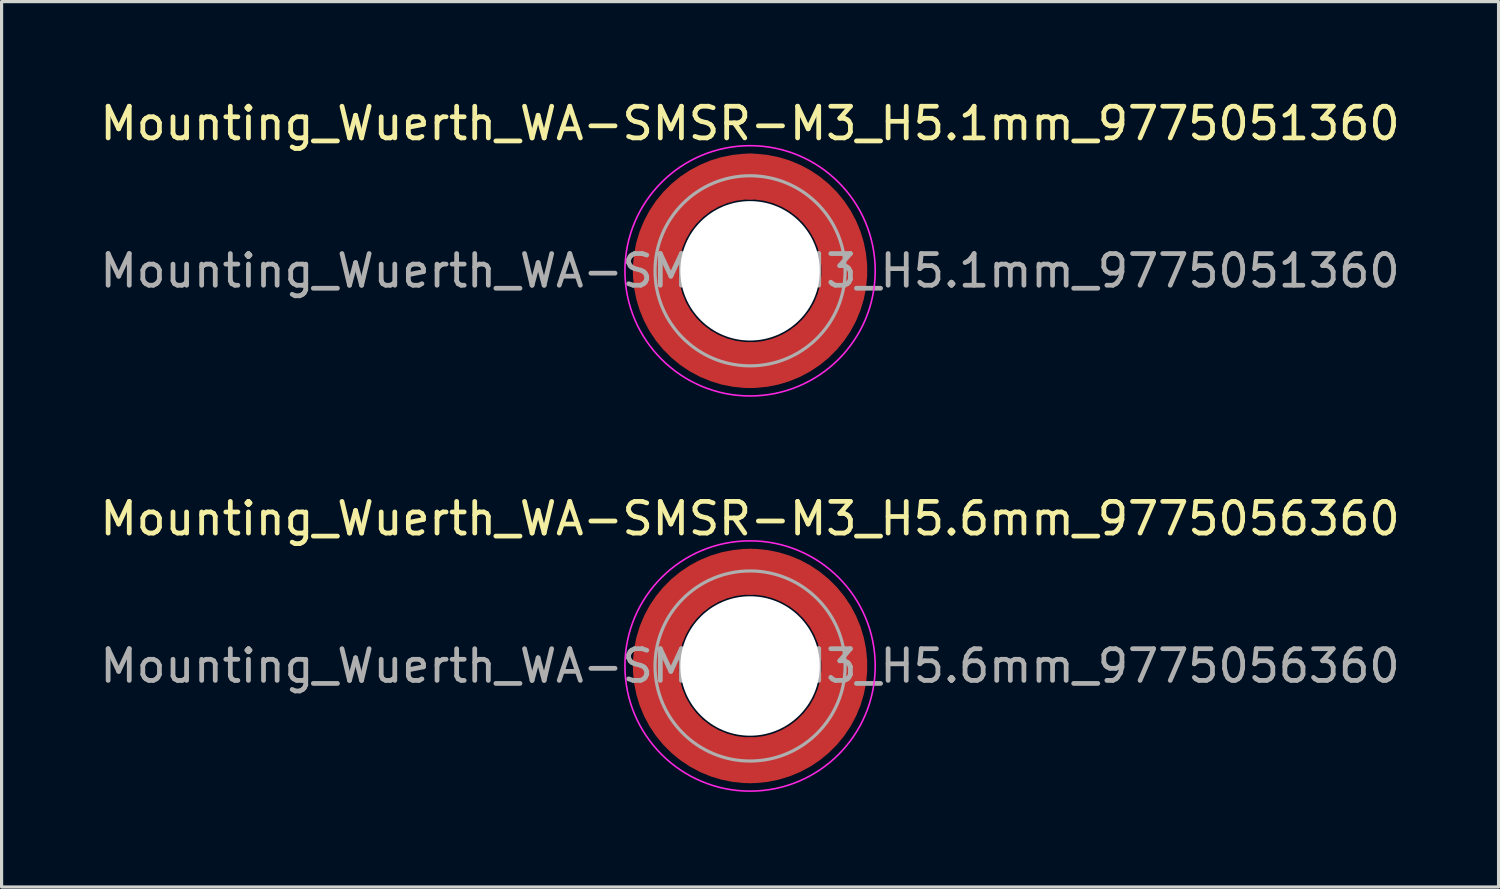
<source format=kicad_pcb>
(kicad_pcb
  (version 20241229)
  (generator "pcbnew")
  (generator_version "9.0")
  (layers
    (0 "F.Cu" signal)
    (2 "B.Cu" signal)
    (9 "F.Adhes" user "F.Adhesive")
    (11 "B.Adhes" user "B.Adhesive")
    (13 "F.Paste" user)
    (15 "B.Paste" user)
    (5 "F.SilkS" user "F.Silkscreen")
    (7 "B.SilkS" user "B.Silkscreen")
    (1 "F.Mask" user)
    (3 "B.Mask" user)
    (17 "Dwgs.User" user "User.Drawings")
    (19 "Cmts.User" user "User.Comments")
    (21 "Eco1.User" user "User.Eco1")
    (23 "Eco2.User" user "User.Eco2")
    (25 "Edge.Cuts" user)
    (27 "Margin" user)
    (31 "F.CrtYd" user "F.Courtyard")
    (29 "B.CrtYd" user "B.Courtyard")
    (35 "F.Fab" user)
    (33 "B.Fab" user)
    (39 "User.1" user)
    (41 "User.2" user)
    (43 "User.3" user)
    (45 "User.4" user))
  (footprint "Mounting_Wuerth_WA-SMSR-M3_H5.6mm_9775056360"
    (layer "F.Cu")
    (at 20.625 17.971)
    (property "Reference" "Mounting_Wuerth_WA-SMSR-M3_H5.6mm_9775056360" (at 0 -4.65 0) (layer "F.SilkS") (effects (font (size 1 1) (thickness 0.15))))
    (attr smd)
    (fp_circle (center 0 0) (end 3.95 0) (stroke (width 0.05) (type solid)) (fill no) (layer "F.CrtYd"))
    (fp_circle (center 0 0) (end 3 0) (stroke (width 0.1) (type solid)) (fill no) (layer "F.Fab"))
    (fp_text user "${REFERENCE}" (at 0 0 0) (layer "F.Fab") (effects (font (size 1 1) (thickness 0.15))))
    (pad "" smd custom (at -2.095 -2.095) (size 1.345 1.345) (layers "F.Paste") (options (anchor circle)) (primitives (gr_arc (start -0.426133 1.358554) (mid 0.237765 0.237765) (end 1.358554 -0.426133) (width 0.6725)) (gr_arc (start -0.774751 1.358554) (mid 0 0) (end 1.358554 -0.774751) (width 0.6725)) (gr_arc (start -1.120735 1.358554) (mid -0.237765 -0.237765) (end 1.358554 -1.120735) (width 0.6725)) (gr_arc (start -1.120735 1.358554) (mid -0.237765 -0.237765) (end 1.358554 -1.120735) (width 0.6725)) (gr_line (start 1.359 -0.426) (end 1.359 -1.121) (width 0.672)) (gr_line (start -0.426 1.359) (end -1.121 1.359) (width 0.672))))
    (pad "" smd custom (at -2.095 2.095) (size 1.345 1.345) (layers "F.Paste") (options (anchor circle)) (primitives (gr_arc (start 1.358554 0.426133) (mid 0.237765 -0.237765) (end -0.426133 -1.358554) (width 0.6725)) (gr_arc (start 1.358554 0.774751) (mid 0 0) (end -0.774751 -1.358554) (width 0.6725)) (gr_arc (start 1.358554 1.120735) (mid -0.237765 0.237765) (end -1.120735 -1.358554) (width 0.6725)) (gr_arc (start 1.358554 1.120735) (mid -0.237765 0.237765) (end -1.120735 -1.358554) (width 0.6725)) (gr_line (start -0.426 -1.359) (end -1.121 -1.359) (width 0.672)) (gr_line (start 1.359 0.426) (end 1.359 1.121) (width 0.672))))
    (pad "" np_thru_hole circle (at 0 0) (size 4.4 4.4) (drill 4.4) (layers "*.Cu" "*.Mask"))
    (pad "" smd custom (at 2.095 -2.095) (size 1.345 1.345) (layers "F.Paste") (options (anchor circle)) (primitives (gr_arc (start -1.358554 -0.426133) (mid -0.237765 0.237765) (end 0.426133 1.358554) (width 0.6725)) (gr_arc (start -1.358554 -0.774751) (mid 0 0) (end 0.774751 1.358554) (width 0.6725)) (gr_arc (start -1.358554 -1.120735) (mid 0.237765 -0.237765) (end 1.120735 1.358554) (width 0.6725)) (gr_arc (start -1.358554 -1.120735) (mid 0.237765 -0.237765) (end 1.120735 1.358554) (width 0.6725)) (gr_line (start 0.426 1.359) (end 1.121 1.359) (width 0.672)) (gr_line (start -1.359 -0.426) (end -1.359 -1.121) (width 0.672))))
    (pad "" smd custom (at 2.095 2.095) (size 1.345 1.345) (layers "F.Paste") (options (anchor circle)) (primitives (gr_arc (start 0.426133 -1.358554) (mid -0.237765 -0.237765) (end -1.358554 0.426133) (width 0.6725)) (gr_arc (start 0.774751 -1.358554) (mid 0 0) (end -1.358554 0.774751) (width 0.6725)) (gr_arc (start 1.120735 -1.358554) (mid 0.237765 0.237765) (end -1.358554 1.120735) (width 0.6725)) (gr_arc (start 1.120735 -1.358554) (mid 0.237765 0.237765) (end -1.358554 1.120735) (width 0.6725)) (gr_line (start -1.359 0.426) (end -1.359 1.121) (width 0.672)) (gr_line (start 0.426 -1.359) (end 1.121 -1.359) (width 0.672))))
    (pad "1" smd circle (at -2.975 0) (size 1.45 1.45) (layers "F.Cu"))
    (pad "1" smd circle (at 0 -2.975) (size 1.45 1.45) (layers "F.Cu"))
    (pad "1" smd circle (at 0 2.975) (size 1.45 1.45) (layers "F.Cu"))
    (pad "1" smd custom (at 2.975 0) (size 1.45 1.45) (layers "F.Cu" "F.Mask") (options (anchor circle)) (primitives (gr_circle (center -2.975 0) (end 0 0) (width 1.45) (fill no)))))
  (footprint "Mounting_Wuerth_WA-SMSR-M3_H5.1mm_9775051360"
    (layer "F.Cu")
    (at 20.625 5.498)
    (property "Reference" "Mounting_Wuerth_WA-SMSR-M3_H5.1mm_9775051360" (at 0 -4.65 0) (layer "F.SilkS") (effects (font (size 1 1) (thickness 0.15))))
    (attr smd)
    (fp_circle (center 0 0) (end 3.95 0) (stroke (width 0.05) (type solid)) (fill no) (layer "F.CrtYd"))
    (fp_circle (center 0 0) (end 3 0) (stroke (width 0.1) (type solid)) (fill no) (layer "F.Fab"))
    (fp_text user "${REFERENCE}" (at 0 0 0) (layer "F.Fab") (effects (font (size 1 1) (thickness 0.15))))
    (pad "" smd custom (at -2.095 -2.095) (size 1.345 1.345) (layers "F.Paste") (options (anchor circle)) (primitives (gr_arc (start -0.24231 1.594804) (mid 0.404819 0.404819) (end 1.594804 -0.24231) (width 0.2)) (gr_arc (start -0.3398 1.594804) (mid 0.337349 0.337349) (end 1.594804 -0.3398) (width 0.2)) (gr_arc (start -0.437132 1.594804) (mid 0.269879 0.269879) (end 1.594804 -0.437132) (width 0.2)) (gr_arc (start -0.534324 1.594804) (mid 0.202409 0.202409) (end 1.594804 -0.534324) (width 0.2)) (gr_arc (start -0.631391 1.594804) (mid 0.134939 0.134939) (end 1.594804 -0.631391) (width 0.2)) (gr_arc (start -0.728345 1.594804) (mid 0.06747 0.06747) (end 1.594804 -0.728345) (width 0.2)) (gr_arc (start -0.825197 1.594804) (mid 0 0) (end 1.594804 -0.825197) (width 0.2)) (gr_arc (start -0.921958 1.594804) (mid -0.067469 -0.067469) (end 1.594804 -0.921958) (width 0.2)) (gr_arc (start -1.018637 1.594804) (mid -0.13494 -0.13494) (end 1.594804 -1.018637) (width 0.2)) (gr_arc (start -1.115239 1.594804) (mid -0.202409 -0.202409) (end 1.594804 -1.115239) (width 0.2)) (gr_arc (start -1.211773 1.594804) (mid -0.269879 -0.269879) (end 1.594804 -1.211773) (width 0.2)) (gr_arc (start -1.308244 1.594804) (mid -0.337349 -0.337349) (end 1.594804 -1.308244) (width 0.2)) (gr_arc (start -1.404657 1.594804) (mid -0.404819 -0.404819) (end 1.594804 -1.404657) (width 0.2)) (gr_arc (start -1.404657 1.594804) (mid -0.404819 -0.404819) (end 1.594804 -1.404657) (width 0.2)) (gr_line (start 1.595 -0.242) (end 1.595 -1.405) (width 0.2)) (gr_line (start -0.242 1.595) (end -1.405 1.595) (width 0.2))))
    (pad "" smd custom (at -2.095 2.095) (size 1.345 1.345) (layers "F.Paste") (options (anchor circle)) (primitives (gr_arc (start 1.594804 0.24231) (mid 0.404819 -0.404819) (end -0.24231 -1.594804) (width 0.2)) (gr_arc (start 1.594804 0.3398) (mid 0.337349 -0.337349) (end -0.3398 -1.594804) (width 0.2)) (gr_arc (start 1.594804 0.437132) (mid 0.269879 -0.269879) (end -0.437132 -1.594804) (width 0.2)) (gr_arc (start 1.594804 0.534324) (mid 0.202409 -0.202409) (end -0.534324 -1.594804) (width 0.2)) (gr_arc (start 1.594804 0.631391) (mid 0.134939 -0.134939) (end -0.631391 -1.594804) (width 0.2)) (gr_arc (start 1.594804 0.728345) (mid 0.06747 -0.06747) (end -0.728345 -1.594804) (width 0.2)) (gr_arc (start 1.594804 0.825197) (mid 0 0) (end -0.825197 -1.594804) (width 0.2)) (gr_arc (start 1.594804 0.921958) (mid -0.067469 0.067469) (end -0.921958 -1.594804) (width 0.2)) (gr_arc (start 1.594804 1.018637) (mid -0.13494 0.13494) (end -1.018637 -1.594804) (width 0.2)) (gr_arc (start 1.594804 1.115239) (mid -0.202409 0.202409) (end -1.115239 -1.594804) (width 0.2)) (gr_arc (start 1.594804 1.211773) (mid -0.269879 0.269879) (end -1.211773 -1.594804) (width 0.2)) (gr_arc (start 1.594804 1.308244) (mid -0.337349 0.337349) (end -1.308244 -1.594804) (width 0.2)) (gr_arc (start 1.594804 1.404657) (mid -0.404819 0.404819) (end -1.404657 -1.594804) (width 0.2)) (gr_arc (start 1.594804 1.404657) (mid -0.404819 0.404819) (end -1.404657 -1.594804) (width 0.2)) (gr_line (start -0.242 -1.595) (end -1.405 -1.595) (width 0.2)) (gr_line (start 1.595 0.242) (end 1.595 1.405) (width 0.2))))
    (pad "" np_thru_hole circle (at 0 0) (size 4.4 4.4) (drill 4.4) (layers "*.Cu" "*.Mask"))
    (pad "" smd custom (at 2.095 -2.095) (size 1.345 1.345) (layers "F.Paste") (options (anchor circle)) (primitives (gr_arc (start -1.594804 -0.24231) (mid -0.404819 0.404819) (end 0.24231 1.594804) (width 0.2)) (gr_arc (start -1.594804 -0.3398) (mid -0.337349 0.337349) (end 0.3398 1.594804) (width 0.2)) (gr_arc (start -1.594804 -0.437132) (mid -0.269879 0.269879) (end 0.437132 1.594804) (width 0.2)) (gr_arc (start -1.594804 -0.534324) (mid -0.202409 0.202409) (end 0.534324 1.594804) (width 0.2)) (gr_arc (start -1.594804 -0.631391) (mid -0.134939 0.134939) (end 0.631391 1.594804) (width 0.2)) (gr_arc (start -1.594804 -0.728345) (mid -0.06747 0.06747) (end 0.728345 1.594804) (width 0.2)) (gr_arc (start -1.594804 -0.825197) (mid 0 0) (end 0.825197 1.594804) (width 0.2)) (gr_arc (start -1.594804 -0.921958) (mid 0.067469 -0.067469) (end 0.921958 1.594804) (width 0.2)) (gr_arc (start -1.594804 -1.018637) (mid 0.13494 -0.13494) (end 1.018637 1.594804) (width 0.2)) (gr_arc (start -1.594804 -1.115239) (mid 0.202409 -0.202409) (end 1.115239 1.594804) (width 0.2)) (gr_arc (start -1.594804 -1.211773) (mid 0.269879 -0.269879) (end 1.211773 1.594804) (width 0.2)) (gr_arc (start -1.594804 -1.308244) (mid 0.337349 -0.337349) (end 1.308244 1.594804) (width 0.2)) (gr_arc (start -1.594804 -1.404657) (mid 0.404819 -0.404819) (end 1.404657 1.594804) (width 0.2)) (gr_arc (start -1.594804 -1.404657) (mid 0.404819 -0.404819) (end 1.404657 1.594804) (width 0.2)) (gr_line (start 0.242 1.595) (end 1.405 1.595) (width 0.2)) (gr_line (start -1.595 -0.242) (end -1.595 -1.405) (width 0.2))))
    (pad "" smd custom (at 2.095 2.095) (size 1.345 1.345) (layers "F.Paste") (options (anchor circle)) (primitives (gr_arc (start 0.24231 -1.594804) (mid -0.404819 -0.404819) (end -1.594804 0.24231) (width 0.2)) (gr_arc (start 0.3398 -1.594804) (mid -0.337349 -0.337349) (end -1.594804 0.3398) (width 0.2)) (gr_arc (start 0.437132 -1.594804) (mid -0.269879 -0.269879) (end -1.594804 0.437132) (width 0.2)) (gr_arc (start 0.534324 -1.594804) (mid -0.202409 -0.202409) (end -1.594804 0.534324) (width 0.2)) (gr_arc (start 0.631391 -1.594804) (mid -0.134939 -0.134939) (end -1.594804 0.631391) (width 0.2)) (gr_arc (start 0.728345 -1.594804) (mid -0.06747 -0.06747) (end -1.594804 0.728345) (width 0.2)) (gr_arc (start 0.825197 -1.594804) (mid 0 0) (end -1.594804 0.825197) (width 0.2)) (gr_arc (start 0.921958 -1.594804) (mid 0.067469 0.067469) (end -1.594804 0.921958) (width 0.2)) (gr_arc (start 1.018637 -1.594804) (mid 0.13494 0.13494) (end -1.594804 1.018637) (width 0.2)) (gr_arc (start 1.115239 -1.594804) (mid 0.202409 0.202409) (end -1.594804 1.115239) (width 0.2)) (gr_arc (start 1.211773 -1.594804) (mid 0.269879 0.269879) (end -1.594804 1.211773) (width 0.2)) (gr_arc (start 1.308244 -1.594804) (mid 0.337349 0.337349) (end -1.594804 1.308244) (width 0.2)) (gr_arc (start 1.404657 -1.594804) (mid 0.404819 0.404819) (end -1.594804 1.404657) (width 0.2)) (gr_arc (start 1.404657 -1.594804) (mid 0.404819 0.404819) (end -1.594804 1.404657) (width 0.2)) (gr_line (start -1.595 0.242) (end -1.595 1.405) (width 0.2)) (gr_line (start 0.242 -1.595) (end 1.405 -1.595) (width 0.2))))
    (pad "1" smd circle (at -2.975 0) (size 1.45 1.45) (layers "F.Cu"))
    (pad "1" smd circle (at 0 -2.975) (size 1.45 1.45) (layers "F.Cu"))
    (pad "1" smd circle (at 0 2.975) (size 1.45 1.45) (layers "F.Cu"))
    (pad "1" smd custom (at 2.975 0) (size 1.45 1.45) (layers "F.Cu" "F.Mask") (options (anchor circle)) (primitives (gr_circle (center -2.975 0) (end 0 0) (width 1.45) (fill no)))))
  (gr_rect
    (start -3 -3)
    (end 44.25 24.947)
    (stroke (width 0.1) (type default))
    (fill no)
    (layer "Edge.Cuts")))
</source>
